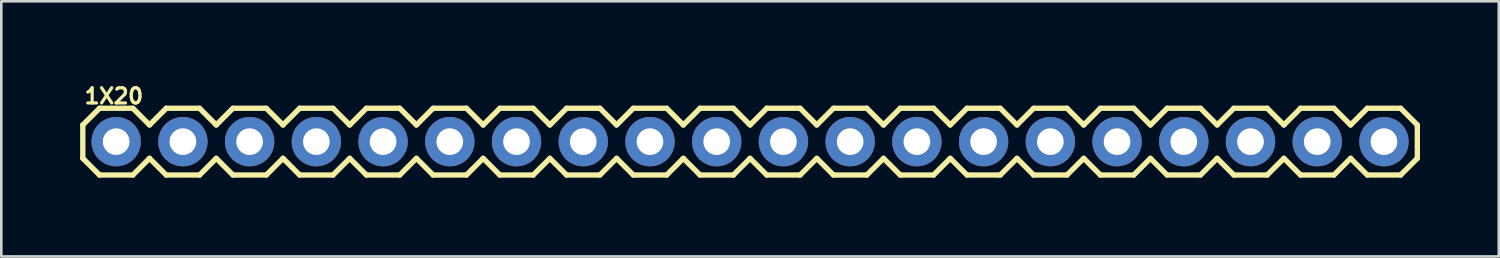
<source format=kicad_pcb>
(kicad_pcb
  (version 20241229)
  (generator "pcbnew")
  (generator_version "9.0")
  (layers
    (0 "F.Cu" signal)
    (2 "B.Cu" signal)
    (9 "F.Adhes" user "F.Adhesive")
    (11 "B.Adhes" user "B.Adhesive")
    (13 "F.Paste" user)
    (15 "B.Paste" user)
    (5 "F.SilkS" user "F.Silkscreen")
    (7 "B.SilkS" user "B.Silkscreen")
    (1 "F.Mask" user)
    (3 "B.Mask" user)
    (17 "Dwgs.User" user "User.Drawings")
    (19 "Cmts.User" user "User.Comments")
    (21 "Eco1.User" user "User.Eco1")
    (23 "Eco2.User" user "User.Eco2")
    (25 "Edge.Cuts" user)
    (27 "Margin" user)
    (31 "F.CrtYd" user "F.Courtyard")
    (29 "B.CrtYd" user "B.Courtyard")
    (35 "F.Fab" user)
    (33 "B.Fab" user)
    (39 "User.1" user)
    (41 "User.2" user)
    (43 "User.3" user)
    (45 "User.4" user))
  (footprint "1X20"
    (layer "F.Cu")
    (at 1.372 2.342)
    (property "Reference" "1X20" (at -1.27 -1.397 0) (layer "F.SilkS") (effects (font (size 0.579 0.579) (thickness 0.122)) (justify left bottom)))
    (attr through_hole)
    (fp_line (start -1.27 -0.635) (end -1.27 0.635) (stroke (width 0.203) (type solid)) (layer "F.SilkS"))
    (fp_line (start -1.27 0.635) (end -0.635 1.27) (stroke (width 0.203) (type solid)) (layer "F.SilkS"))
    (fp_line (start -0.635 -1.27) (end -1.27 -0.635) (stroke (width 0.203) (type solid)) (layer "F.SilkS"))
    (fp_line (start -0.635 -1.27) (end 0.635 -1.27) (stroke (width 0.203) (type solid)) (layer "F.SilkS"))
    (fp_line (start 0.635 -1.27) (end 1.27 -0.635) (stroke (width 0.203) (type solid)) (layer "F.SilkS"))
    (fp_line (start 0.635 1.27) (end -0.635 1.27) (stroke (width 0.203) (type solid)) (layer "F.SilkS"))
    (fp_line (start 1.27 -0.635) (end 1.905 -1.27) (stroke (width 0.203) (type solid)) (layer "F.SilkS"))
    (fp_line (start 1.27 0.635) (end 0.635 1.27) (stroke (width 0.203) (type solid)) (layer "F.SilkS"))
    (fp_line (start 1.905 -1.27) (end 3.175 -1.27) (stroke (width 0.203) (type solid)) (layer "F.SilkS"))
    (fp_line (start 1.905 1.27) (end 1.27 0.635) (stroke (width 0.203) (type solid)) (layer "F.SilkS"))
    (fp_line (start 3.175 -1.27) (end 3.81 -0.635) (stroke (width 0.203) (type solid)) (layer "F.SilkS"))
    (fp_line (start 3.175 1.27) (end 1.905 1.27) (stroke (width 0.203) (type solid)) (layer "F.SilkS"))
    (fp_line (start 3.81 -0.635) (end 4.445 -1.27) (stroke (width 0.203) (type solid)) (layer "F.SilkS"))
    (fp_line (start 3.81 0.635) (end 3.175 1.27) (stroke (width 0.203) (type solid)) (layer "F.SilkS"))
    (fp_line (start 4.445 -1.27) (end 5.715 -1.27) (stroke (width 0.203) (type solid)) (layer "F.SilkS"))
    (fp_line (start 4.445 1.27) (end 3.81 0.635) (stroke (width 0.203) (type solid)) (layer "F.SilkS"))
    (fp_line (start 5.715 -1.27) (end 6.35 -0.635) (stroke (width 0.203) (type solid)) (layer "F.SilkS"))
    (fp_line (start 5.715 1.27) (end 4.445 1.27) (stroke (width 0.203) (type solid)) (layer "F.SilkS"))
    (fp_line (start 6.35 0.635) (end 5.715 1.27) (stroke (width 0.203) (type solid)) (layer "F.SilkS"))
    (fp_line (start 6.35 0.635) (end 6.985 1.27) (stroke (width 0.203) (type solid)) (layer "F.SilkS"))
    (fp_line (start 6.985 -1.27) (end 6.35 -0.635) (stroke (width 0.203) (type solid)) (layer "F.SilkS"))
    (fp_line (start 6.985 -1.27) (end 8.255 -1.27) (stroke (width 0.203) (type solid)) (layer "F.SilkS"))
    (fp_line (start 8.255 -1.27) (end 8.89 -0.635) (stroke (width 0.203) (type solid)) (layer "F.SilkS"))
    (fp_line (start 8.255 1.27) (end 6.985 1.27) (stroke (width 0.203) (type solid)) (layer "F.SilkS"))
    (fp_line (start 8.89 -0.635) (end 9.525 -1.27) (stroke (width 0.203) (type solid)) (layer "F.SilkS"))
    (fp_line (start 8.89 0.635) (end 8.255 1.27) (stroke (width 0.203) (type solid)) (layer "F.SilkS"))
    (fp_line (start 9.525 -1.27) (end 10.795 -1.27) (stroke (width 0.203) (type solid)) (layer "F.SilkS"))
    (fp_line (start 9.525 1.27) (end 8.89 0.635) (stroke (width 0.203) (type solid)) (layer "F.SilkS"))
    (fp_line (start 10.795 -1.27) (end 11.43 -0.635) (stroke (width 0.203) (type solid)) (layer "F.SilkS"))
    (fp_line (start 10.795 1.27) (end 9.525 1.27) (stroke (width 0.203) (type solid)) (layer "F.SilkS"))
    (fp_line (start 11.43 -0.635) (end 12.065 -1.27) (stroke (width 0.203) (type solid)) (layer "F.SilkS"))
    (fp_line (start 11.43 0.635) (end 10.795 1.27) (stroke (width 0.203) (type solid)) (layer "F.SilkS"))
    (fp_line (start 12.065 -1.27) (end 13.335 -1.27) (stroke (width 0.203) (type solid)) (layer "F.SilkS"))
    (fp_line (start 12.065 1.27) (end 11.43 0.635) (stroke (width 0.203) (type solid)) (layer "F.SilkS"))
    (fp_line (start 13.335 -1.27) (end 13.97 -0.635) (stroke (width 0.203) (type solid)) (layer "F.SilkS"))
    (fp_line (start 13.335 1.27) (end 12.065 1.27) (stroke (width 0.203) (type solid)) (layer "F.SilkS"))
    (fp_line (start 13.97 0.635) (end 13.335 1.27) (stroke (width 0.203) (type solid)) (layer "F.SilkS"))
    (fp_line (start 13.97 0.635) (end 14.605 1.27) (stroke (width 0.203) (type solid)) (layer "F.SilkS"))
    (fp_line (start 14.605 -1.27) (end 13.97 -0.635) (stroke (width 0.203) (type solid)) (layer "F.SilkS"))
    (fp_line (start 14.605 -1.27) (end 15.875 -1.27) (stroke (width 0.203) (type solid)) (layer "F.SilkS"))
    (fp_line (start 15.875 -1.27) (end 16.51 -0.635) (stroke (width 0.203) (type solid)) (layer "F.SilkS"))
    (fp_line (start 15.875 1.27) (end 14.605 1.27) (stroke (width 0.203) (type solid)) (layer "F.SilkS"))
    (fp_line (start 16.51 0.635) (end 15.875 1.27) (stroke (width 0.203) (type solid)) (layer "F.SilkS"))
    (fp_line (start 16.51 0.635) (end 17.145 1.27) (stroke (width 0.203) (type solid)) (layer "F.SilkS"))
    (fp_line (start 17.145 -1.27) (end 16.51 -0.635) (stroke (width 0.203) (type solid)) (layer "F.SilkS"))
    (fp_line (start 17.145 -1.27) (end 18.415 -1.27) (stroke (width 0.203) (type solid)) (layer "F.SilkS"))
    (fp_line (start 18.415 -1.27) (end 19.05 -0.635) (stroke (width 0.203) (type solid)) (layer "F.SilkS"))
    (fp_line (start 18.415 1.27) (end 17.145 1.27) (stroke (width 0.203) (type solid)) (layer "F.SilkS"))
    (fp_line (start 19.05 -0.635) (end 19.685 -1.27) (stroke (width 0.203) (type solid)) (layer "F.SilkS"))
    (fp_line (start 19.05 0.635) (end 18.415 1.27) (stroke (width 0.203) (type solid)) (layer "F.SilkS"))
    (fp_line (start 19.685 -1.27) (end 20.955 -1.27) (stroke (width 0.203) (type solid)) (layer "F.SilkS"))
    (fp_line (start 19.685 1.27) (end 19.05 0.635) (stroke (width 0.203) (type solid)) (layer "F.SilkS"))
    (fp_line (start 20.955 -1.27) (end 21.59 -0.635) (stroke (width 0.203) (type solid)) (layer "F.SilkS"))
    (fp_line (start 20.955 1.27) (end 19.685 1.27) (stroke (width 0.203) (type solid)) (layer "F.SilkS"))
    (fp_line (start 21.59 -0.635) (end 22.225 -1.27) (stroke (width 0.203) (type solid)) (layer "F.SilkS"))
    (fp_line (start 21.59 0.635) (end 20.955 1.27) (stroke (width 0.203) (type solid)) (layer "F.SilkS"))
    (fp_line (start 22.225 -1.27) (end 23.495 -1.27) (stroke (width 0.203) (type solid)) (layer "F.SilkS"))
    (fp_line (start 22.225 1.27) (end 21.59 0.635) (stroke (width 0.203) (type solid)) (layer "F.SilkS"))
    (fp_line (start 23.495 -1.27) (end 24.13 -0.635) (stroke (width 0.203) (type solid)) (layer "F.SilkS"))
    (fp_line (start 23.495 1.27) (end 22.225 1.27) (stroke (width 0.203) (type solid)) (layer "F.SilkS"))
    (fp_line (start 24.13 0.635) (end 23.495 1.27) (stroke (width 0.203) (type solid)) (layer "F.SilkS"))
    (fp_line (start 24.13 0.635) (end 24.765 1.27) (stroke (width 0.203) (type solid)) (layer "F.SilkS"))
    (fp_line (start 24.765 -1.27) (end 24.13 -0.635) (stroke (width 0.203) (type solid)) (layer "F.SilkS"))
    (fp_line (start 24.765 -1.27) (end 26.035 -1.27) (stroke (width 0.203) (type solid)) (layer "F.SilkS"))
    (fp_line (start 26.035 -1.27) (end 26.67 -0.635) (stroke (width 0.203) (type solid)) (layer "F.SilkS"))
    (fp_line (start 26.035 1.27) (end 24.765 1.27) (stroke (width 0.203) (type solid)) (layer "F.SilkS"))
    (fp_line (start 26.67 -0.635) (end 27.305 -1.27) (stroke (width 0.203) (type solid)) (layer "F.SilkS"))
    (fp_line (start 26.67 0.635) (end 26.035 1.27) (stroke (width 0.203) (type solid)) (layer "F.SilkS"))
    (fp_line (start 27.305 -1.27) (end 28.575 -1.27) (stroke (width 0.203) (type solid)) (layer "F.SilkS"))
    (fp_line (start 27.305 1.27) (end 26.67 0.635) (stroke (width 0.203) (type solid)) (layer "F.SilkS"))
    (fp_line (start 28.575 -1.27) (end 29.21 -0.635) (stroke (width 0.203) (type solid)) (layer "F.SilkS"))
    (fp_line (start 28.575 1.27) (end 27.305 1.27) (stroke (width 0.203) (type solid)) (layer "F.SilkS"))
    (fp_line (start 29.21 -0.635) (end 29.845 -1.27) (stroke (width 0.203) (type solid)) (layer "F.SilkS"))
    (fp_line (start 29.21 0.635) (end 28.575 1.27) (stroke (width 0.203) (type solid)) (layer "F.SilkS"))
    (fp_line (start 29.845 -1.27) (end 31.115 -1.27) (stroke (width 0.203) (type solid)) (layer "F.SilkS"))
    (fp_line (start 29.845 1.27) (end 29.21 0.635) (stroke (width 0.203) (type solid)) (layer "F.SilkS"))
    (fp_line (start 31.115 -1.27) (end 31.75 -0.635) (stroke (width 0.203) (type solid)) (layer "F.SilkS"))
    (fp_line (start 31.115 1.27) (end 29.845 1.27) (stroke (width 0.203) (type solid)) (layer "F.SilkS"))
    (fp_line (start 31.75 0.635) (end 31.115 1.27) (stroke (width 0.203) (type solid)) (layer "F.SilkS"))
    (fp_line (start 31.75 0.635) (end 32.385 1.27) (stroke (width 0.203) (type solid)) (layer "F.SilkS"))
    (fp_line (start 32.385 -1.27) (end 31.75 -0.635) (stroke (width 0.203) (type solid)) (layer "F.SilkS"))
    (fp_line (start 32.385 -1.27) (end 33.655 -1.27) (stroke (width 0.203) (type solid)) (layer "F.SilkS"))
    (fp_line (start 33.655 -1.27) (end 34.29 -0.635) (stroke (width 0.203) (type solid)) (layer "F.SilkS"))
    (fp_line (start 33.655 1.27) (end 32.385 1.27) (stroke (width 0.203) (type solid)) (layer "F.SilkS"))
    (fp_line (start 34.29 0.635) (end 33.655 1.27) (stroke (width 0.203) (type solid)) (layer "F.SilkS"))
    (fp_line (start 34.29 0.635) (end 34.925 1.27) (stroke (width 0.203) (type solid)) (layer "F.SilkS"))
    (fp_line (start 34.925 -1.27) (end 34.29 -0.635) (stroke (width 0.203) (type solid)) (layer "F.SilkS"))
    (fp_line (start 34.925 -1.27) (end 36.195 -1.27) (stroke (width 0.203) (type solid)) (layer "F.SilkS"))
    (fp_line (start 36.195 -1.27) (end 36.83 -0.635) (stroke (width 0.203) (type solid)) (layer "F.SilkS"))
    (fp_line (start 36.195 1.27) (end 34.925 1.27) (stroke (width 0.203) (type solid)) (layer "F.SilkS"))
    (fp_line (start 36.83 0.635) (end 36.195 1.27) (stroke (width 0.203) (type solid)) (layer "F.SilkS"))
    (fp_line (start 36.83 0.635) (end 37.465 1.27) (stroke (width 0.203) (type solid)) (layer "F.SilkS"))
    (fp_line (start 37.465 -1.27) (end 36.83 -0.635) (stroke (width 0.203) (type solid)) (layer "F.SilkS"))
    (fp_line (start 37.465 -1.27) (end 38.735 -1.27) (stroke (width 0.203) (type solid)) (layer "F.SilkS"))
    (fp_line (start 38.735 -1.27) (end 39.37 -0.635) (stroke (width 0.203) (type solid)) (layer "F.SilkS"))
    (fp_line (start 38.735 1.27) (end 37.465 1.27) (stroke (width 0.203) (type solid)) (layer "F.SilkS"))
    (fp_line (start 39.37 0.635) (end 38.735 1.27) (stroke (width 0.203) (type solid)) (layer "F.SilkS"))
    (fp_line (start 39.37 0.635) (end 40.005 1.27) (stroke (width 0.203) (type solid)) (layer "F.SilkS"))
    (fp_line (start 40.005 -1.27) (end 39.37 -0.635) (stroke (width 0.203) (type solid)) (layer "F.SilkS"))
    (fp_line (start 40.005 -1.27) (end 41.275 -1.27) (stroke (width 0.203) (type solid)) (layer "F.SilkS"))
    (fp_line (start 41.275 -1.27) (end 41.91 -0.635) (stroke (width 0.203) (type solid)) (layer "F.SilkS"))
    (fp_line (start 41.275 1.27) (end 40.005 1.27) (stroke (width 0.203) (type solid)) (layer "F.SilkS"))
    (fp_line (start 41.91 0.635) (end 41.275 1.27) (stroke (width 0.203) (type solid)) (layer "F.SilkS"))
    (fp_line (start 41.91 0.635) (end 42.545 1.27) (stroke (width 0.203) (type solid)) (layer "F.SilkS"))
    (fp_line (start 42.545 -1.27) (end 41.91 -0.635) (stroke (width 0.203) (type solid)) (layer "F.SilkS"))
    (fp_line (start 42.545 -1.27) (end 43.815 -1.27) (stroke (width 0.203) (type solid)) (layer "F.SilkS"))
    (fp_line (start 43.815 -1.27) (end 44.45 -0.635) (stroke (width 0.203) (type solid)) (layer "F.SilkS"))
    (fp_line (start 43.815 1.27) (end 42.545 1.27) (stroke (width 0.203) (type solid)) (layer "F.SilkS"))
    (fp_line (start 44.45 0.635) (end 43.815 1.27) (stroke (width 0.203) (type solid)) (layer "F.SilkS"))
    (fp_line (start 44.45 0.635) (end 45.085 1.27) (stroke (width 0.203) (type solid)) (layer "F.SilkS"))
    (fp_line (start 45.085 -1.27) (end 44.45 -0.635) (stroke (width 0.203) (type solid)) (layer "F.SilkS"))
    (fp_line (start 45.085 -1.27) (end 46.355 -1.27) (stroke (width 0.203) (type solid)) (layer "F.SilkS"))
    (fp_line (start 46.355 -1.27) (end 46.99 -0.635) (stroke (width 0.203) (type solid)) (layer "F.SilkS"))
    (fp_line (start 46.355 1.27) (end 45.085 1.27) (stroke (width 0.203) (type solid)) (layer "F.SilkS"))
    (fp_line (start 46.99 0.635) (end 46.355 1.27) (stroke (width 0.203) (type solid)) (layer "F.SilkS"))
    (fp_line (start 46.99 0.635) (end 47.625 1.27) (stroke (width 0.203) (type solid)) (layer "F.SilkS"))
    (fp_line (start 47.625 -1.27) (end 46.99 -0.635) (stroke (width 0.203) (type solid)) (layer "F.SilkS"))
    (fp_line (start 47.625 -1.27) (end 48.895 -1.27) (stroke (width 0.203) (type solid)) (layer "F.SilkS"))
    (fp_line (start 48.895 -1.27) (end 49.53 -0.635) (stroke (width 0.203) (type solid)) (layer "F.SilkS"))
    (fp_line (start 48.895 1.27) (end 47.625 1.27) (stroke (width 0.203) (type solid)) (layer "F.SilkS"))
    (fp_line (start 49.53 -0.635) (end 49.53 0.635) (stroke (width 0.203) (type solid)) (layer "F.SilkS"))
    (fp_line (start 49.53 0.635) (end 48.895 1.27) (stroke (width 0.203) (type solid)) (layer "F.SilkS"))
    (fp_poly (pts (xy -0.254 0.254) (xy 0.254 0.254) (xy 0.254 -0.254) (xy -0.254 -0.254)) (stroke (width 0.1) (type solid)) (fill no) (layer "F.Fab"))
    (fp_poly (pts (xy 2.286 0.254) (xy 2.794 0.254) (xy 2.794 -0.254) (xy 2.286 -0.254)) (stroke (width 0.1) (type solid)) (fill no) (layer "F.Fab"))
    (fp_poly (pts (xy 4.826 0.254) (xy 5.334 0.254) (xy 5.334 -0.254) (xy 4.826 -0.254)) (stroke (width 0.1) (type solid)) (fill no) (layer "F.Fab"))
    (fp_poly (pts (xy 7.366 0.254) (xy 7.874 0.254) (xy 7.874 -0.254) (xy 7.366 -0.254)) (stroke (width 0.1) (type solid)) (fill no) (layer "F.Fab"))
    (fp_poly (pts (xy 9.906 0.254) (xy 10.414 0.254) (xy 10.414 -0.254) (xy 9.906 -0.254)) (stroke (width 0.1) (type solid)) (fill no) (layer "F.Fab"))
    (fp_poly (pts (xy 12.446 0.254) (xy 12.954 0.254) (xy 12.954 -0.254) (xy 12.446 -0.254)) (stroke (width 0.1) (type solid)) (fill no) (layer "F.Fab"))
    (fp_poly (pts (xy 14.986 0.254) (xy 15.494 0.254) (xy 15.494 -0.254) (xy 14.986 -0.254)) (stroke (width 0.1) (type solid)) (fill no) (layer "F.Fab"))
    (fp_poly (pts (xy 17.526 0.254) (xy 18.034 0.254) (xy 18.034 -0.254) (xy 17.526 -0.254)) (stroke (width 0.1) (type solid)) (fill no) (layer "F.Fab"))
    (fp_poly (pts (xy 20.066 0.254) (xy 20.574 0.254) (xy 20.574 -0.254) (xy 20.066 -0.254)) (stroke (width 0.1) (type solid)) (fill no) (layer "F.Fab"))
    (fp_poly (pts (xy 22.606 0.254) (xy 23.114 0.254) (xy 23.114 -0.254) (xy 22.606 -0.254)) (stroke (width 0.1) (type solid)) (fill no) (layer "F.Fab"))
    (fp_poly (pts (xy 25.146 0.254) (xy 25.654 0.254) (xy 25.654 -0.254) (xy 25.146 -0.254)) (stroke (width 0.1) (type solid)) (fill no) (layer "F.Fab"))
    (fp_poly (pts (xy 27.686 0.254) (xy 28.194 0.254) (xy 28.194 -0.254) (xy 27.686 -0.254)) (stroke (width 0.1) (type solid)) (fill no) (layer "F.Fab"))
    (fp_poly (pts (xy 30.226 0.254) (xy 30.734 0.254) (xy 30.734 -0.254) (xy 30.226 -0.254)) (stroke (width 0.1) (type solid)) (fill no) (layer "F.Fab"))
    (fp_poly (pts (xy 32.766 0.254) (xy 33.274 0.254) (xy 33.274 -0.254) (xy 32.766 -0.254)) (stroke (width 0.1) (type solid)) (fill no) (layer "F.Fab"))
    (fp_poly (pts (xy 35.306 0.254) (xy 35.814 0.254) (xy 35.814 -0.254) (xy 35.306 -0.254)) (stroke (width 0.1) (type solid)) (fill no) (layer "F.Fab"))
    (fp_poly (pts (xy 37.846 0.254) (xy 38.354 0.254) (xy 38.354 -0.254) (xy 37.846 -0.254)) (stroke (width 0.1) (type solid)) (fill no) (layer "F.Fab"))
    (fp_poly (pts (xy 40.386 0.254) (xy 40.894 0.254) (xy 40.894 -0.254) (xy 40.386 -0.254)) (stroke (width 0.1) (type solid)) (fill no) (layer "F.Fab"))
    (fp_poly (pts (xy 42.926 0.254) (xy 43.434 0.254) (xy 43.434 -0.254) (xy 42.926 -0.254)) (stroke (width 0.1) (type solid)) (fill no) (layer "F.Fab"))
    (fp_poly (pts (xy 45.466 0.254) (xy 45.974 0.254) (xy 45.974 -0.254) (xy 45.466 -0.254)) (stroke (width 0.1) (type solid)) (fill no) (layer "F.Fab"))
    (fp_poly (pts (xy 48.006 0.254) (xy 48.514 0.254) (xy 48.514 -0.254) (xy 48.006 -0.254)) (stroke (width 0.1) (type solid)) (fill no) (layer "F.Fab"))
    (pad "1" thru_hole circle (at 0 0 90) (size 1.88 1.88) (drill 1.016) (layers "*.Cu" "*.Mask"))
    (pad "2" thru_hole circle (at 2.54 0 90) (size 1.88 1.88) (drill 1.016) (layers "*.Cu" "*.Mask"))
    (pad "3" thru_hole circle (at 5.08 0 90) (size 1.88 1.88) (drill 1.016) (layers "*.Cu" "*.Mask"))
    (pad "4" thru_hole circle (at 7.62 0 90) (size 1.88 1.88) (drill 1.016) (layers "*.Cu" "*.Mask"))
    (pad "5" thru_hole circle (at 10.16 0 90) (size 1.88 1.88) (drill 1.016) (layers "*.Cu" "*.Mask"))
    (pad "6" thru_hole circle (at 12.7 0 90) (size 1.88 1.88) (drill 1.016) (layers "*.Cu" "*.Mask"))
    (pad "7" thru_hole circle (at 15.24 0 90) (size 1.88 1.88) (drill 1.016) (layers "*.Cu" "*.Mask"))
    (pad "8" thru_hole circle (at 17.78 0 90) (size 1.88 1.88) (drill 1.016) (layers "*.Cu" "*.Mask"))
    (pad "9" thru_hole circle (at 20.32 0 90) (size 1.88 1.88) (drill 1.016) (layers "*.Cu" "*.Mask"))
    (pad "10" thru_hole circle (at 22.86 0 90) (size 1.88 1.88) (drill 1.016) (layers "*.Cu" "*.Mask"))
    (pad "11" thru_hole circle (at 25.4 0 90) (size 1.88 1.88) (drill 1.016) (layers "*.Cu" "*.Mask"))
    (pad "12" thru_hole circle (at 27.94 0 90) (size 1.88 1.88) (drill 1.016) (layers "*.Cu" "*.Mask"))
    (pad "13" thru_hole circle (at 30.48 0 90) (size 1.88 1.88) (drill 1.016) (layers "*.Cu" "*.Mask"))
    (pad "14" thru_hole circle (at 33.02 0 90) (size 1.88 1.88) (drill 1.016) (layers "*.Cu" "*.Mask"))
    (pad "15" thru_hole circle (at 35.56 0 90) (size 1.88 1.88) (drill 1.016) (layers "*.Cu" "*.Mask"))
    (pad "16" thru_hole circle (at 38.1 0 90) (size 1.88 1.88) (drill 1.016) (layers "*.Cu" "*.Mask"))
    (pad "17" thru_hole circle (at 40.64 0 90) (size 1.88 1.88) (drill 1.016) (layers "*.Cu" "*.Mask"))
    (pad "18" thru_hole circle (at 43.18 0 90) (size 1.88 1.88) (drill 1.016) (layers "*.Cu" "*.Mask"))
    (pad "19" thru_hole circle (at 45.72 0 90) (size 1.88 1.88) (drill 1.016) (layers "*.Cu" "*.Mask"))
    (pad "20" thru_hole circle (at 48.26 0 90) (size 1.88 1.88) (drill 1.016) (layers "*.Cu" "*.Mask")))
  (gr_rect
    (start -3 -3)
    (end 54.003 6.713)
    (stroke (width 0.1) (type default))
    (fill no)
    (layer "Edge.Cuts")))
</source>
